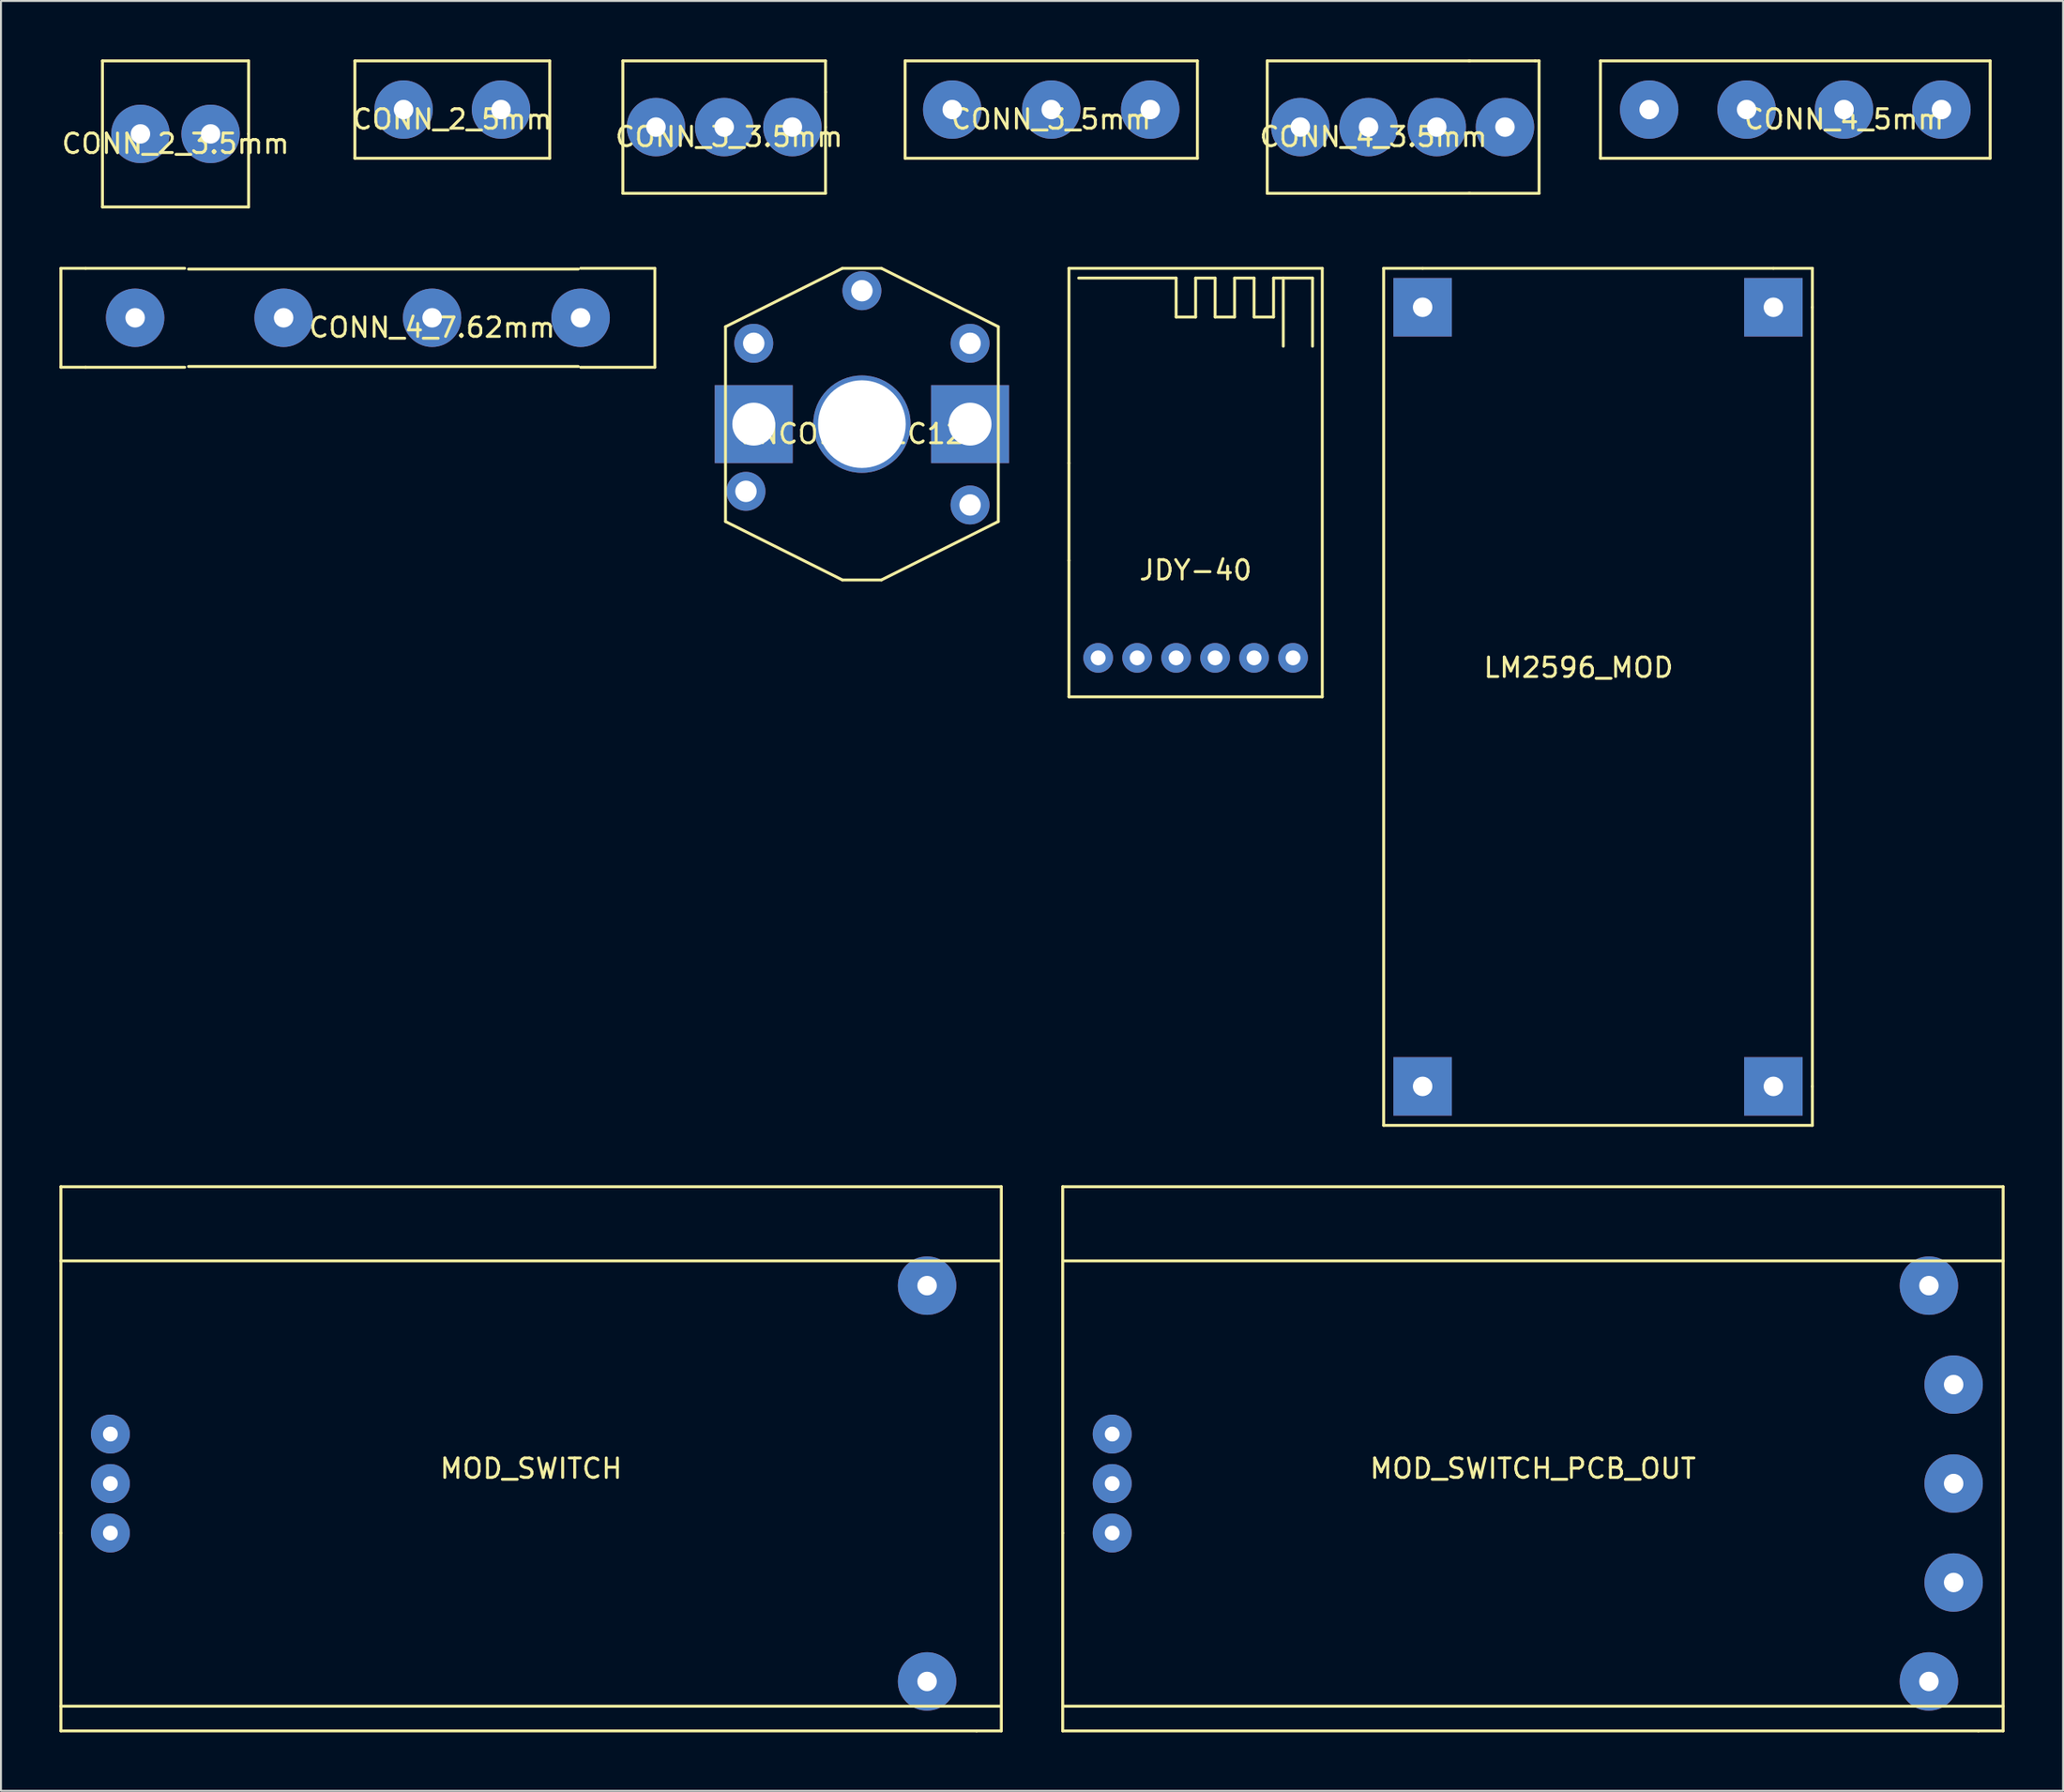
<source format=kicad_pcb>
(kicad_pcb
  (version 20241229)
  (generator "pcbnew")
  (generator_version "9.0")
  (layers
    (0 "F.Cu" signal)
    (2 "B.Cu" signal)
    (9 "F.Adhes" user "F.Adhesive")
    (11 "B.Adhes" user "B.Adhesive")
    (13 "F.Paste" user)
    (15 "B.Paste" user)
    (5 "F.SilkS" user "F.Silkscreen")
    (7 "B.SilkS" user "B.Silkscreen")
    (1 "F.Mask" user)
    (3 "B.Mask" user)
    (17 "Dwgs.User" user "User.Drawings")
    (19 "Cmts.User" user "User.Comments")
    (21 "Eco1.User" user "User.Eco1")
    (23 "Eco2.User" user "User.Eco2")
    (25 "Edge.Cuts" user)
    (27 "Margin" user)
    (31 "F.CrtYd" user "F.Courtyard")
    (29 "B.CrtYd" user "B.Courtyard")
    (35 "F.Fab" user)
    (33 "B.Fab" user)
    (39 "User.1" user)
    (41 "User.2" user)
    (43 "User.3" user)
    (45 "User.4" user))
  (footprint "JDY-40"
    (layer "F.Cu")
    (at 58.305 25.725)
    (property "Reference" "JDY-40" (at 0 0.5 0) (layer "F.SilkS") (effects (font (size 1 1) (thickness 0.15))))
    (attr through_hole)
    (fp_line (start -6.5 -5) (end -6.5 -15) (stroke (width 0.15) (type solid)) (layer "F.SilkS"))
    (fp_line (start -6.5 0) (end -6.5 -5) (stroke (width 0.15) (type solid)) (layer "F.SilkS"))
    (fp_line (start -6.5 7) (end -6.5 0) (stroke (width 0.15) (type solid)) (layer "F.SilkS"))
    (fp_line (start -6.5 7) (end 6.5 7) (stroke (width 0.15) (type solid)) (layer "F.SilkS"))
    (fp_line (start -1 -14.5) (end -6 -14.5) (stroke (width 0.15) (type solid)) (layer "F.SilkS"))
    (fp_line (start -1 -12.5) (end -1 -14.5) (stroke (width 0.15) (type solid)) (layer "F.SilkS"))
    (fp_line (start 0 -14.5) (end 0 -12.5) (stroke (width 0.15) (type solid)) (layer "F.SilkS"))
    (fp_line (start 0 -12.5) (end -1 -12.5) (stroke (width 0.15) (type solid)) (layer "F.SilkS"))
    (fp_line (start 1 -14.5) (end 0 -14.5) (stroke (width 0.15) (type solid)) (layer "F.SilkS"))
    (fp_line (start 1 -12.5) (end 1 -14.5) (stroke (width 0.15) (type solid)) (layer "F.SilkS"))
    (fp_line (start 2 -14.5) (end 2 -12.5) (stroke (width 0.15) (type solid)) (layer "F.SilkS"))
    (fp_line (start 2 -12.5) (end 1 -12.5) (stroke (width 0.15) (type solid)) (layer "F.SilkS"))
    (fp_line (start 3 -14.5) (end 2 -14.5) (stroke (width 0.15) (type solid)) (layer "F.SilkS"))
    (fp_line (start 3 -12.5) (end 3 -14.5) (stroke (width 0.15) (type solid)) (layer "F.SilkS"))
    (fp_line (start 4 -14.5) (end 4 -12.5) (stroke (width 0.15) (type solid)) (layer "F.SilkS"))
    (fp_line (start 4 -12.5) (end 3 -12.5) (stroke (width 0.15) (type solid)) (layer "F.SilkS"))
    (fp_line (start 4.5 -14.5) (end 4.5 -11) (stroke (width 0.15) (type solid)) (layer "F.SilkS"))
    (fp_line (start 6 -14.5) (end 4 -14.5) (stroke (width 0.15) (type solid)) (layer "F.SilkS"))
    (fp_line (start 6 -11) (end 6 -14.5) (stroke (width 0.15) (type solid)) (layer "F.SilkS"))
    (fp_line (start 6.5 -15) (end -6.5 -15) (stroke (width 0.15) (type solid)) (layer "F.SilkS"))
    (fp_line (start 6.5 7) (end 6.5 -15) (stroke (width 0.15) (type solid)) (layer "F.SilkS"))
    (pad "1" thru_hole circle (at -5 5) (size 1.524 1.524) (drill 0.762) (layers "*.Cu" "*.Mask"))
    (pad "2" thru_hole circle (at -3 5) (size 1.524 1.524) (drill 0.762) (layers "*.Cu" "*.Mask"))
    (pad "3" thru_hole circle (at -1 5) (size 1.524 1.524) (drill 0.762) (layers "*.Cu" "*.Mask"))
    (pad "4" thru_hole circle (at 1 5) (size 1.524 1.524) (drill 0.762) (layers "*.Cu" "*.Mask"))
    (pad "5" thru_hole circle (at 3 5) (size 1.524 1.524) (drill 0.762) (layers "*.Cu" "*.Mask"))
    (pad "6" thru_hole circle (at 5 5) (size 1.524 1.524) (drill 0.762) (layers "*.Cu" "*.Mask")))
  (footprint "CONN_3_5mm"
    (layer "F.Cu")
    (at 50.896 2.575)
    (property "Reference" "CONN_3_5mm" (at 0 0.5 0) (layer "F.SilkS") (effects (font (size 1 1) (thickness 0.15))))
    (attr through_hole)
    (fp_line (start -7.5 -2.5) (end 7.5 -2.5) (stroke (width 0.15) (type solid)) (layer "F.SilkS"))
    (fp_line (start -7.5 2.5) (end -7.5 -2.5) (stroke (width 0.15) (type solid)) (layer "F.SilkS"))
    (fp_line (start 7.5 -2.5) (end 7.5 2.5) (stroke (width 0.15) (type solid)) (layer "F.SilkS"))
    (fp_line (start 7.5 2.5) (end -7.5 2.5) (stroke (width 0.15) (type solid)) (layer "F.SilkS"))
    (pad "1" thru_hole circle (at -5.08 0) (size 3 3) (drill 1) (layers "*.Cu" "*.Mask"))
    (pad "2" thru_hole circle (at 0 0) (size 3 3) (drill 1) (layers "*.Cu" "*.Mask"))
    (pad "3" thru_hole circle (at 5.08 0) (size 3 3) (drill 1) (layers "*.Cu" "*.Mask")))
  (footprint "LM2596_MOD"
    (layer "F.Cu")
    (at 77.955 30.725)
    (property "Reference" "LM2596_MOD" (at 0 0.5 0) (layer "F.SilkS") (effects (font (size 1 1) (thickness 0.15))))
    (attr through_hole)
    (fp_line (start -10 -20) (end -8 -20) (stroke (width 0.15) (type solid)) (layer "F.SilkS"))
    (fp_line (start -10 24) (end -10 -20) (stroke (width 0.15) (type solid)) (layer "F.SilkS"))
    (fp_line (start -8 -20) (end 10 -20) (stroke (width 0.15) (type solid)) (layer "F.SilkS"))
    (fp_line (start 10 -20) (end 12 -20) (stroke (width 0.15) (type solid)) (layer "F.SilkS"))
    (fp_line (start 12 -20) (end 12 -18) (stroke (width 0.15) (type solid)) (layer "F.SilkS"))
    (fp_line (start 12 -18) (end 12 22) (stroke (width 0.15) (type solid)) (layer "F.SilkS"))
    (fp_line (start 12 22) (end 12 24) (stroke (width 0.15) (type solid)) (layer "F.SilkS"))
    (fp_line (start 12 24) (end -10 24) (stroke (width 0.15) (type solid)) (layer "F.SilkS"))
    (pad "1" thru_hole rect (at -8 -18) (size 3 3) (drill 1) (layers "*.Cu" "*.Mask"))
    (pad "2" thru_hole rect (at 10 -18) (size 3 3) (drill 1) (layers "*.Cu" "*.Mask"))
    (pad "3" thru_hole rect (at 10 22) (size 3 3) (drill 1) (layers "*.Cu" "*.Mask"))
    (pad "4" thru_hole rect (at -8 22) (size 3 3) (drill 1) (layers "*.Cu" "*.Mask")))
  (footprint "CONN_4_5mm"
    (layer "F.Cu")
    (at 91.58 2.575)
    (property "Reference" "CONN_4_5mm" (at 0 0.5 0) (layer "F.SilkS") (effects (font (size 1 1) (thickness 0.15))))
    (attr through_hole)
    (fp_line (start -12.5 -2.5) (end 7.5 -2.5) (stroke (width 0.15) (type solid)) (layer "F.SilkS"))
    (fp_line (start -12.5 2.5) (end -12.5 -2.5) (stroke (width 0.15) (type solid)) (layer "F.SilkS"))
    (fp_line (start 7.5 -2.5) (end 7.5 2.5) (stroke (width 0.15) (type solid)) (layer "F.SilkS"))
    (fp_line (start 7.5 2.5) (end -12.5 2.5) (stroke (width 0.15) (type solid)) (layer "F.SilkS"))
    (pad "1" thru_hole circle (at -10 0) (size 3 3) (drill 1) (layers "*.Cu" "*.Mask"))
    (pad "2" thru_hole circle (at -5 0) (size 3 3) (drill 1) (layers "*.Cu" "*.Mask"))
    (pad "3" thru_hole circle (at 0 0) (size 3 3) (drill 1) (layers "*.Cu" "*.Mask"))
    (pad "4" thru_hole circle (at 5 0) (size 3 3) (drill 1) (layers "*.Cu" "*.Mask")))
  (footprint "CONN_4_7.62mm"
    (layer "F.Cu")
    (at 19.125 13.265)
    (property "Reference" "CONN_4_7.62mm" (at 0 0.5 0) (layer "F.SilkS") (effects (font (size 1 1) (thickness 0.15))))
    (attr through_hole)
    (fp_line (start -19.05 -2.54) (end -19.05 2.54) (stroke (width 0.15) (type solid)) (layer "F.SilkS"))
    (fp_line (start -19.05 2.54) (end -17.78 2.54) (stroke (width 0.15) (type solid)) (layer "F.SilkS"))
    (fp_line (start -17.78 -2.54) (end -19.05 -2.54) (stroke (width 0.15) (type solid)) (layer "F.SilkS"))
    (fp_line (start -17.78 2.54) (end -12.7 2.54) (stroke (width 0.15) (type solid)) (layer "F.SilkS"))
    (fp_line (start -12.7 -2.54) (end -17.78 -2.54) (stroke (width 0.15) (type solid)) (layer "F.SilkS"))
    (fp_line (start -12.5 -2.5) (end 7.5 -2.5) (stroke (width 0.15) (type solid)) (layer "F.SilkS"))
    (fp_line (start 7.5 2.5) (end -12.5 2.5) (stroke (width 0.15) (type solid)) (layer "F.SilkS"))
    (fp_line (start 7.62 -2.54) (end 11.43 -2.54) (stroke (width 0.15) (type solid)) (layer "F.SilkS"))
    (fp_line (start 11.43 -2.54) (end 11.43 2.54) (stroke (width 0.15) (type solid)) (layer "F.SilkS"))
    (fp_line (start 11.43 2.54) (end 7.62 2.54) (stroke (width 0.15) (type solid)) (layer "F.SilkS"))
    (pad "1" thru_hole circle (at -15.24 0) (size 3 3) (drill 1) (layers "*.Cu" "*.Mask"))
    (pad "2" thru_hole circle (at -7.62 0) (size 3 3) (drill 1) (layers "*.Cu" "*.Mask"))
    (pad "3" thru_hole circle (at 0 0) (size 3 3) (drill 1) (layers "*.Cu" "*.Mask"))
    (pad "4" thru_hole circle (at 7.62 0) (size 3 3) (drill 1) (layers "*.Cu" "*.Mask")))
  (footprint "CONN_3_3.5mm"
    (layer "F.Cu")
    (at 34.113 3.475)
    (property "Reference" "CONN_3_3.5mm" (at 0.25 0.5 0) (layer "F.SilkS") (effects (font (size 1 1) (thickness 0.15))))
    (attr through_hole)
    (fp_line (start -5.2 -3.4) (end -5.2 3.4) (stroke (width 0.15) (type solid)) (layer "F.SilkS"))
    (fp_line (start -5.2 3.4) (end 5.2 3.4) (stroke (width 0.15) (type solid)) (layer "F.SilkS"))
    (fp_line (start 5.2 -3.4) (end -5.2 -3.4) (stroke (width 0.15) (type solid)) (layer "F.SilkS"))
    (fp_line (start 5.2 -1.8) (end 5.2 -3.4) (stroke (width 0.15) (type solid)) (layer "F.SilkS"))
    (fp_line (start 5.2 0) (end 5.2 -1.8) (stroke (width 0.15) (type solid)) (layer "F.SilkS"))
    (fp_line (start 5.2 3.4) (end 5.2 0) (stroke (width 0.15) (type solid)) (layer "F.SilkS"))
    (pad "1" thru_hole circle (at -3.5 0) (size 3 3) (drill 1) (layers "*.Cu" "*.Mask"))
    (pad "2" thru_hole circle (at 0 0) (size 3 3) (drill 1) (layers "*.Cu" "*.Mask"))
    (pad "3" thru_hole circle (at 3.5 0) (size 3 3) (drill 1) (layers "*.Cu" "*.Mask")))
  (footprint "MOD_SWITCH_PCB_OUT"
    (layer "F.Cu")
    (at 75.615 73.115)
    (property "Reference" "MOD_SWITCH_PCB_OUT" (at 0 -0.77 0) (layer "F.SilkS") (effects (font (size 1 1) (thickness 0.15))))
    (attr through_hole)
    (fp_line (start -24.13 -15.24) (end -24.13 2.54) (stroke (width 0.15) (type solid)) (layer "F.SilkS"))
    (fp_line (start -24.13 2.54) (end -24.13 12.7) (stroke (width 0.15) (type solid)) (layer "F.SilkS"))
    (fp_line (start -24.13 12.7) (end 22.86 12.7) (stroke (width 0.15) (type solid)) (layer "F.SilkS"))
    (fp_line (start 22.86 12.7) (end 24.13 12.7) (stroke (width 0.15) (type solid)) (layer "F.SilkS"))
    (fp_line (start 24.13 -15.24) (end -24.13 -15.24) (stroke (width 0.15) (type solid)) (layer "F.SilkS"))
    (fp_line (start 24.13 -11.43) (end -24.13 -11.43) (stroke (width 0.15) (type solid)) (layer "F.SilkS"))
    (fp_line (start 24.13 11.43) (end -24.13 11.43) (stroke (width 0.15) (type solid)) (layer "F.SilkS"))
    (fp_line (start 24.13 12.7) (end 24.13 -15.24) (stroke (width 0.15) (type solid)) (layer "F.SilkS"))
    (pad "1" thru_hole circle (at -21.59 2.54) (size 2 2) (drill 0.762) (layers "*.Cu" "*.Mask"))
    (pad "2" thru_hole circle (at -21.59 0) (size 2 2) (drill 0.762) (layers "*.Cu" "*.Mask"))
    (pad "3" thru_hole circle (at -21.59 -2.54) (size 2 2) (drill 0.762) (layers "*.Cu" "*.Mask"))
    (pad "4" thru_hole circle (at 20.32 10.16) (size 3 3) (drill 1) (layers "*.Cu" "*.Mask"))
    (pad "5" thru_hole circle (at 20.32 -10.16) (size 3 3) (drill 1) (layers "*.Cu" "*.Mask"))
    (pad "6" thru_hole circle (at 21.59 -5.08) (size 3 3) (drill 1) (layers "*.Cu" "*.Mask"))
    (pad "7" thru_hole circle (at 21.59 0) (size 3 3) (drill 1) (layers "*.Cu" "*.Mask"))
    (pad "8" thru_hole circle (at 21.59 5.08) (size 3 3) (drill 1) (layers "*.Cu" "*.Mask")))
  (footprint "ENCODER_EC12D"
    (layer "F.Cu")
    (at 41.18 18.725)
    (property "Reference" "ENCODER_EC12D" (at 0 0.5 0) (layer "F.SilkS") (effects (font (size 1 1) (thickness 0.15))))
    (attr through_hole)
    (fp_line (start -7 -5) (end -1 -8) (stroke (width 0.15) (type solid)) (layer "F.SilkS"))
    (fp_line (start -7 5) (end -7 -5) (stroke (width 0.15) (type solid)) (layer "F.SilkS"))
    (fp_line (start -1 -8) (end 1 -8) (stroke (width 0.15) (type solid)) (layer "F.SilkS"))
    (fp_line (start -1 8) (end -7 5) (stroke (width 0.15) (type solid)) (layer "F.SilkS"))
    (fp_line (start 1 -8) (end 5 -6) (stroke (width 0.15) (type solid)) (layer "F.SilkS"))
    (fp_line (start 1 8) (end -1 8) (stroke (width 0.15) (type solid)) (layer "F.SilkS"))
    (fp_line (start 5 -6) (end 7 -5) (stroke (width 0.15) (type solid)) (layer "F.SilkS"))
    (fp_line (start 7 -5) (end 7 5) (stroke (width 0.15) (type solid)) (layer "F.SilkS"))
    (fp_line (start 7 5) (end 1 8) (stroke (width 0.15) (type solid)) (layer "F.SilkS"))
    (pad "" thru_hole rect (at -5.55 0) (size 4 4) (drill 2.2) (layers "*.Cu" "*.Mask"))
    (pad "" thru_hole circle (at 0 0) (size 5 5) (drill 4.5) (layers "*.Cu" "*.Mask"))
    (pad "" thru_hole rect (at 5.55 0) (size 4 4) (drill 2.2) (layers "*.Cu" "*.Mask"))
    (pad "1" thru_hole circle (at -5.55 -4.15) (size 2 2) (drill 1.1) (layers "*.Cu" "*.Mask"))
    (pad "2" thru_hole circle (at -5.95 3.45) (size 2 2) (drill 1.1) (layers "*.Cu" "*.Mask"))
    (pad "3" thru_hole circle (at 5.55 -4.15) (size 2 2) (drill 1.1) (layers "*.Cu" "*.Mask"))
    (pad "4" thru_hole circle (at 5.55 4.15) (size 2 2) (drill 1.1) (layers "*.Cu" "*.Mask"))
    (pad "5" thru_hole circle (at 0 -6.85) (size 2 2) (drill 1.1) (layers "*.Cu" "*.Mask")))
  (footprint "MOD_SWITCH"
    (layer "F.Cu")
    (at 24.205 73.115)
    (property "Reference" "MOD_SWITCH" (at 0 -0.77 0) (layer "F.SilkS") (effects (font (size 1 1) (thickness 0.15))))
    (attr through_hole)
    (fp_line (start -24.13 -15.24) (end -24.13 2.54) (stroke (width 0.15) (type solid)) (layer "F.SilkS"))
    (fp_line (start -24.13 2.54) (end -24.13 12.7) (stroke (width 0.15) (type solid)) (layer "F.SilkS"))
    (fp_line (start -24.13 12.7) (end 22.86 12.7) (stroke (width 0.15) (type solid)) (layer "F.SilkS"))
    (fp_line (start 22.86 12.7) (end 24.13 12.7) (stroke (width 0.15) (type solid)) (layer "F.SilkS"))
    (fp_line (start 24.13 -15.24) (end -24.13 -15.24) (stroke (width 0.15) (type solid)) (layer "F.SilkS"))
    (fp_line (start 24.13 -11.43) (end -24.13 -11.43) (stroke (width 0.15) (type solid)) (layer "F.SilkS"))
    (fp_line (start 24.13 11.43) (end -24.13 11.43) (stroke (width 0.15) (type solid)) (layer "F.SilkS"))
    (fp_line (start 24.13 12.7) (end 24.13 -15.24) (stroke (width 0.15) (type solid)) (layer "F.SilkS"))
    (pad "1" thru_hole circle (at -21.59 2.54) (size 2 2) (drill 0.762) (layers "*.Cu" "*.Mask"))
    (pad "2" thru_hole circle (at -21.59 0) (size 2 2) (drill 0.762) (layers "*.Cu" "*.Mask"))
    (pad "3" thru_hole circle (at -21.59 -2.54) (size 2 2) (drill 0.762) (layers "*.Cu" "*.Mask"))
    (pad "4" thru_hole circle (at 20.32 -10.16) (size 3 3) (drill 1) (layers "*.Cu" "*.Mask"))
    (pad "5" thru_hole circle (at 20.32 10.16) (size 3 3) (drill 1) (layers "*.Cu" "*.Mask")))
  (footprint "CONN_2_5mm"
    (layer "F.Cu")
    (at 20.161 2.575)
    (property "Reference" "CONN_2_5mm" (at 0 0.5 0) (layer "F.SilkS") (effects (font (size 1 1) (thickness 0.15))))
    (attr through_hole)
    (fp_line (start -5 -2.5) (end 5 -2.5) (stroke (width 0.15) (type solid)) (layer "F.SilkS"))
    (fp_line (start -5 2.5) (end -5 -2.5) (stroke (width 0.15) (type solid)) (layer "F.SilkS"))
    (fp_line (start 5 -2.5) (end 5 2.5) (stroke (width 0.15) (type solid)) (layer "F.SilkS"))
    (fp_line (start 5 2.5) (end -5 2.5) (stroke (width 0.15) (type solid)) (layer "F.SilkS"))
    (pad "1" thru_hole circle (at -2.5 0) (size 3 3) (drill 1) (layers "*.Cu" "*.Mask"))
    (pad "2" thru_hole circle (at 2.5 0) (size 3 3) (drill 1) (layers "*.Cu" "*.Mask")))
  (footprint "CONN_2_3.5mm"
    (layer "F.Cu")
    (at 5.958 3.825)
    (property "Reference" "CONN_2_3.5mm" (at 0 0.5 0) (layer "F.SilkS") (effects (font (size 1 1) (thickness 0.15))))
    (attr through_hole)
    (fp_line (start -3.75 -3.75) (end -3.75 3.75) (stroke (width 0.15) (type solid)) (layer "F.SilkS"))
    (fp_line (start -3.75 3.75) (end 3.75 3.75) (stroke (width 0.15) (type solid)) (layer "F.SilkS"))
    (fp_line (start 3.75 -3.75) (end -3.75 -3.75) (stroke (width 0.15) (type solid)) (layer "F.SilkS"))
    (fp_line (start 3.75 0) (end 3.75 -3.75) (stroke (width 0.15) (type solid)) (layer "F.SilkS"))
    (fp_line (start 3.75 3.75) (end 3.75 0) (stroke (width 0.15) (type solid)) (layer "F.SilkS"))
    (pad "1" thru_hole circle (at -1.8 0) (size 3 3) (drill 1) (layers "*.Cu" "*.Mask"))
    (pad "2" thru_hole circle (at 1.8 0) (size 3 3) (drill 1) (layers "*.Cu" "*.Mask")))
  (footprint "CONN_4_3.5mm"
    (layer "F.Cu")
    (at 68.93 3.475)
    (property "Reference" "CONN_4_3.5mm" (at -1.5 0.5 0) (layer "F.SilkS") (effects (font (size 1 1) (thickness 0.15))))
    (attr through_hole)
    (fp_line (start -6.95 -3.4) (end -6.95 3.4) (stroke (width 0.15) (type solid)) (layer "F.SilkS"))
    (fp_line (start -6.95 3.4) (end 3.45 3.4) (stroke (width 0.15) (type solid)) (layer "F.SilkS"))
    (fp_line (start 3.4 -3.4) (end 6.8 -3.4) (stroke (width 0.15) (type solid)) (layer "F.SilkS"))
    (fp_line (start 3.45 -3.4) (end -6.95 -3.4) (stroke (width 0.15) (type solid)) (layer "F.SilkS"))
    (fp_line (start 6.8 -3.4) (end 7 -3.4) (stroke (width 0.15) (type solid)) (layer "F.SilkS"))
    (fp_line (start 7 -3.4) (end 7 3.4) (stroke (width 0.15) (type solid)) (layer "F.SilkS"))
    (fp_line (start 7 3.4) (end 3.4 3.4) (stroke (width 0.15) (type solid)) (layer "F.SilkS"))
    (pad "1" thru_hole circle (at -5.25 0) (size 3 3) (drill 1) (layers "*.Cu" "*.Mask"))
    (pad "2" thru_hole circle (at -1.75 0) (size 3 3) (drill 1) (layers "*.Cu" "*.Mask"))
    (pad "3" thru_hole circle (at 1.75 0) (size 3 3) (drill 1) (layers "*.Cu" "*.Mask"))
    (pad "4" thru_hole circle (at 5.25 0) (size 3 3) (drill 1) (layers "*.Cu" "*.Mask")))
  (gr_rect
    (start -3 -3)
    (end 102.82 88.89)
    (stroke (width 0.1) (type default))
    (fill no)
    (layer "Edge.Cuts")))
</source>
